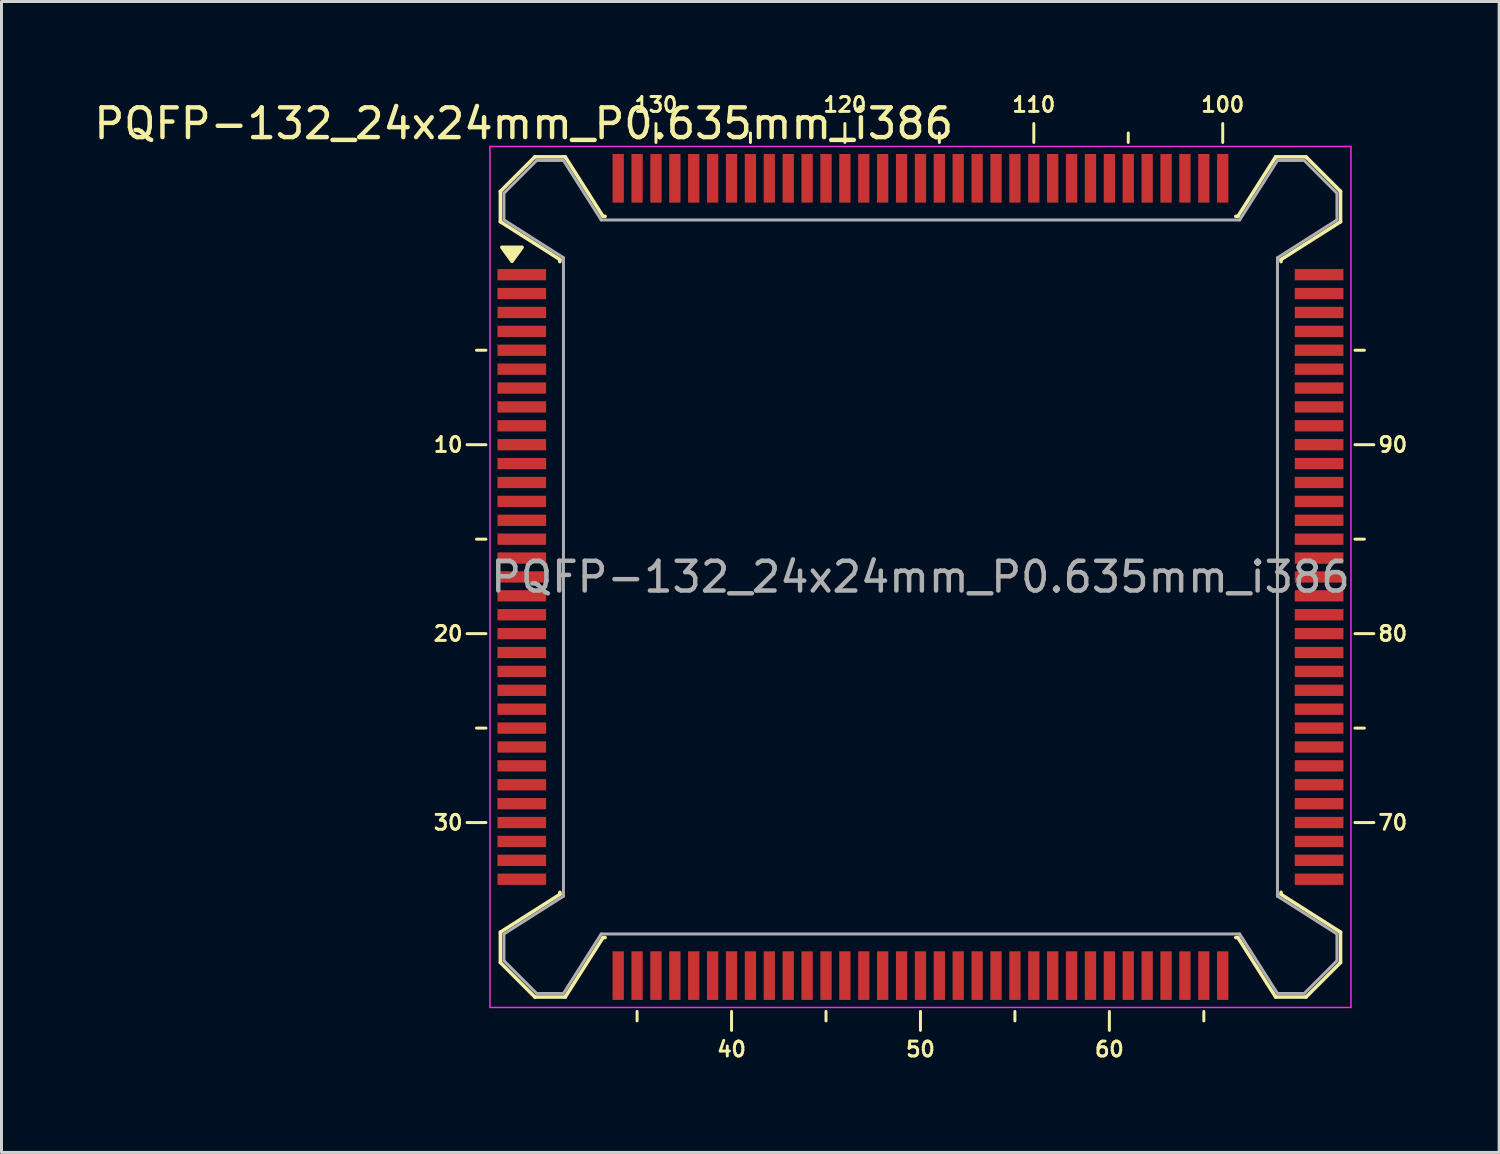
<source format=kicad_pcb>
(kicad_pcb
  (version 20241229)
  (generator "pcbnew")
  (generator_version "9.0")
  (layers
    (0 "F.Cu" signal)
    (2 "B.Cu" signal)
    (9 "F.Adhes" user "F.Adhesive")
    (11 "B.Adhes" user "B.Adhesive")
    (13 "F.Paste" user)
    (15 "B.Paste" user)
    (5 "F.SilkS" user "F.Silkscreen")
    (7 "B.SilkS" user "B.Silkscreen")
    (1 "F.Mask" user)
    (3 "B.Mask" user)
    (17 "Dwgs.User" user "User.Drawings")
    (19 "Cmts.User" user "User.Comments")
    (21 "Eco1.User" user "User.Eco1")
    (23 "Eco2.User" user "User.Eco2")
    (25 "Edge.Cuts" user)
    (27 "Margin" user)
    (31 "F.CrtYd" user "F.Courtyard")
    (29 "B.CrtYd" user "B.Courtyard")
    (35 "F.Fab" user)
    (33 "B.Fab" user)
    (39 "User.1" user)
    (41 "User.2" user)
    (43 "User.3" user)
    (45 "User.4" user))
  (footprint "PQFP-132_24x24mm_P0.635mm_i386"
    (layer "F.Cu")
    (at 27.889 16.343)
    (property "Reference" "PQFP-132_24x24mm_P0.635mm_i386" (at -13.335 -15.24 0) (layer "F.SilkS") (effects (font (size 1 1) (thickness 0.15))))
    (attr smd)
    (fp_line (start -14.605 -7.62) (end -14.922 -7.62) (stroke (width 0.1) (type default)) (layer "F.SilkS"))
    (fp_line (start -14.605 -4.445) (end -15.24 -4.445) (stroke (width 0.1) (type default)) (layer "F.SilkS"))
    (fp_line (start -14.605 -1.27) (end -14.922 -1.27) (stroke (width 0.1) (type default)) (layer "F.SilkS"))
    (fp_line (start -14.605 1.905) (end -15.24 1.905) (stroke (width 0.1) (type default)) (layer "F.SilkS"))
    (fp_line (start -14.605 5.08) (end -14.922 5.08) (stroke (width 0.1) (type default)) (layer "F.SilkS"))
    (fp_line (start -14.605 8.255) (end -15.24 8.255) (stroke (width 0.1) (type default)) (layer "F.SilkS"))
    (fp_line (start -14.12 -12.96) (end -12.96 -14.12) (stroke (width 0.12) (type solid)) (layer "F.SilkS"))
    (fp_line (start -14.12 -11.94) (end -14.12 -12.96) (stroke (width 0.12) (type solid)) (layer "F.SilkS"))
    (fp_line (start -14.12 -11.94) (end -12.12 -10.67) (stroke (width 0.12) (type solid)) (layer "F.SilkS"))
    (fp_line (start -14.12 11.94) (end -14.12 12.96) (stroke (width 0.12) (type solid)) (layer "F.SilkS"))
    (fp_line (start -14.12 11.94) (end -12.12 10.67) (stroke (width 0.12) (type solid)) (layer "F.SilkS"))
    (fp_line (start -14.12 12.96) (end -12.96 14.12) (stroke (width 0.12) (type solid)) (layer "F.SilkS"))
    (fp_line (start -12.12 -10.67) (end -12.12 -10.6) (stroke (width 0.12) (type solid)) (layer "F.SilkS"))
    (fp_line (start -12.12 10.67) (end -12.12 10.6) (stroke (width 0.12) (type solid)) (layer "F.SilkS"))
    (fp_line (start -11.94 -14.12) (end -12.96 -14.12) (stroke (width 0.12) (type solid)) (layer "F.SilkS"))
    (fp_line (start -11.94 14.12) (end -12.96 14.12) (stroke (width 0.12) (type solid)) (layer "F.SilkS"))
    (fp_line (start -10.67 -12.12) (end -11.94 -14.12) (stroke (width 0.12) (type solid)) (layer "F.SilkS"))
    (fp_line (start -10.67 12.12) (end -11.94 14.12) (stroke (width 0.12) (type solid)) (layer "F.SilkS"))
    (fp_line (start -10.6 -12.12) (end -10.67 -12.12) (stroke (width 0.12) (type solid)) (layer "F.SilkS"))
    (fp_line (start -10.6 12.12) (end -10.67 12.12) (stroke (width 0.12) (type solid)) (layer "F.SilkS"))
    (fp_line (start -9.525 14.605) (end -9.525 14.922) (stroke (width 0.1) (type default)) (layer "F.SilkS"))
    (fp_line (start -8.89 -14.605) (end -8.89 -15.24) (stroke (width 0.1) (type default)) (layer "F.SilkS"))
    (fp_line (start -6.35 14.605) (end -6.35 15.24) (stroke (width 0.1) (type default)) (layer "F.SilkS"))
    (fp_line (start -5.715 -14.605) (end -5.715 -14.922) (stroke (width 0.1) (type default)) (layer "F.SilkS"))
    (fp_line (start -3.175 14.605) (end -3.175 14.922) (stroke (width 0.1) (type default)) (layer "F.SilkS"))
    (fp_line (start -2.54 -14.605) (end -2.54 -15.24) (stroke (width 0.1) (type default)) (layer "F.SilkS"))
    (fp_line (start 0 14.605) (end 0 15.24) (stroke (width 0.1) (type default)) (layer "F.SilkS"))
    (fp_line (start 0.635 -14.605) (end 0.635 -14.922) (stroke (width 0.1) (type default)) (layer "F.SilkS"))
    (fp_line (start 3.175 14.605) (end 3.175 14.922) (stroke (width 0.1) (type default)) (layer "F.SilkS"))
    (fp_line (start 3.81 -14.605) (end 3.81 -15.24) (stroke (width 0.1) (type default)) (layer "F.SilkS"))
    (fp_line (start 6.35 14.605) (end 6.35 15.24) (stroke (width 0.1) (type default)) (layer "F.SilkS"))
    (fp_line (start 6.985 -14.605) (end 6.985 -14.922) (stroke (width 0.1) (type default)) (layer "F.SilkS"))
    (fp_line (start 9.525 14.605) (end 9.525 14.922) (stroke (width 0.1) (type default)) (layer "F.SilkS"))
    (fp_line (start 10.16 -14.605) (end 10.16 -15.24) (stroke (width 0.1) (type default)) (layer "F.SilkS"))
    (fp_line (start 10.6 -12.12) (end 10.67 -12.12) (stroke (width 0.12) (type solid)) (layer "F.SilkS"))
    (fp_line (start 10.6 12.12) (end 10.67 12.12) (stroke (width 0.12) (type solid)) (layer "F.SilkS"))
    (fp_line (start 10.67 -12.12) (end 11.94 -14.12) (stroke (width 0.12) (type solid)) (layer "F.SilkS"))
    (fp_line (start 10.67 12.12) (end 11.94 14.12) (stroke (width 0.12) (type solid)) (layer "F.SilkS"))
    (fp_line (start 11.94 -14.12) (end 12.96 -14.12) (stroke (width 0.12) (type solid)) (layer "F.SilkS"))
    (fp_line (start 11.94 14.12) (end 12.96 14.12) (stroke (width 0.12) (type solid)) (layer "F.SilkS"))
    (fp_line (start 12.12 -10.67) (end 12.12 -10.6) (stroke (width 0.12) (type solid)) (layer "F.SilkS"))
    (fp_line (start 12.12 10.67) (end 12.12 10.6) (stroke (width 0.12) (type solid)) (layer "F.SilkS"))
    (fp_line (start 14.12 -12.96) (end 12.96 -14.12) (stroke (width 0.12) (type solid)) (layer "F.SilkS"))
    (fp_line (start 14.12 -11.94) (end 12.12 -10.67) (stroke (width 0.12) (type solid)) (layer "F.SilkS"))
    (fp_line (start 14.12 -11.94) (end 14.12 -12.96) (stroke (width 0.12) (type solid)) (layer "F.SilkS"))
    (fp_line (start 14.12 11.94) (end 12.12 10.67) (stroke (width 0.12) (type solid)) (layer "F.SilkS"))
    (fp_line (start 14.12 11.94) (end 14.12 12.96) (stroke (width 0.12) (type solid)) (layer "F.SilkS"))
    (fp_line (start 14.12 12.96) (end 12.96 14.12) (stroke (width 0.12) (type solid)) (layer "F.SilkS"))
    (fp_line (start 14.605 -7.62) (end 14.922 -7.62) (stroke (width 0.1) (type default)) (layer "F.SilkS"))
    (fp_line (start 14.605 -4.445) (end 15.24 -4.445) (stroke (width 0.1) (type default)) (layer "F.SilkS"))
    (fp_line (start 14.605 -1.27) (end 14.922 -1.27) (stroke (width 0.1) (type default)) (layer "F.SilkS"))
    (fp_line (start 14.605 1.905) (end 15.24 1.905) (stroke (width 0.1) (type default)) (layer "F.SilkS"))
    (fp_line (start 14.605 5.08) (end 14.922 5.08) (stroke (width 0.1) (type default)) (layer "F.SilkS"))
    (fp_line (start 14.605 8.255) (end 15.24 8.255) (stroke (width 0.1) (type default)) (layer "F.SilkS"))
    (fp_poly (pts (xy -13.73 -10.61) (xy -14.07 -11.08) (xy -13.39 -11.08) (xy -13.73 -10.61)) (stroke (width 0.12) (type solid)) (fill yes) (layer "F.SilkS"))
    (fp_line (start -14.47 -14.47) (end -14.47 14.47) (stroke (width 0.05) (type solid)) (layer "F.CrtYd"))
    (fp_line (start 14.47 -14.47) (end -14.47 -14.47) (stroke (width 0.05) (type solid)) (layer "F.CrtYd"))
    (fp_line (start 14.47 -14.47) (end 14.47 14.47) (stroke (width 0.05) (type solid)) (layer "F.CrtYd"))
    (fp_line (start 14.47 14.47) (end -14.47 14.47) (stroke (width 0.05) (type solid)) (layer "F.CrtYd"))
    (fp_line (start -14 -12.9) (end -12.9 -14) (stroke (width 0.1) (type solid)) (layer "F.Fab"))
    (fp_line (start -14 -12) (end -14 -12.9) (stroke (width 0.1) (type solid)) (layer "F.Fab"))
    (fp_line (start -14 -12) (end -12 -10.73) (stroke (width 0.1) (type solid)) (layer "F.Fab"))
    (fp_line (start -14 12) (end -14 12.9) (stroke (width 0.1) (type solid)) (layer "F.Fab"))
    (fp_line (start -14 12) (end -12 10.73) (stroke (width 0.1) (type solid)) (layer "F.Fab"))
    (fp_line (start -14 12.9) (end -12.9 14) (stroke (width 0.1) (type solid)) (layer "F.Fab"))
    (fp_line (start -12.9 -14) (end -12 -14) (stroke (width 0.1) (type solid)) (layer "F.Fab"))
    (fp_line (start -12.9 14) (end -12 14) (stroke (width 0.1) (type solid)) (layer "F.Fab"))
    (fp_line (start -12 -14) (end -10.73 -12) (stroke (width 0.1) (type solid)) (layer "F.Fab"))
    (fp_line (start -12 10.73) (end -12 -10.73) (stroke (width 0.1) (type solid)) (layer "F.Fab"))
    (fp_line (start -12 14) (end -10.73 12) (stroke (width 0.1) (type solid)) (layer "F.Fab"))
    (fp_line (start -10.73 -12) (end 10.73 -12) (stroke (width 0.1) (type solid)) (layer "F.Fab"))
    (fp_line (start 10.73 12) (end -10.73 12) (stroke (width 0.1) (type solid)) (layer "F.Fab"))
    (fp_line (start 12 -14) (end 10.73 -12) (stroke (width 0.1) (type solid)) (layer "F.Fab"))
    (fp_line (start 12 -10.73) (end 12 10.73) (stroke (width 0.1) (type solid)) (layer "F.Fab"))
    (fp_line (start 12 14) (end 10.73 12) (stroke (width 0.1) (type solid)) (layer "F.Fab"))
    (fp_line (start 12.9 -14) (end 12 -14) (stroke (width 0.1) (type solid)) (layer "F.Fab"))
    (fp_line (start 12.9 14) (end 12 14) (stroke (width 0.1) (type solid)) (layer "F.Fab"))
    (fp_line (start 14 -12.9) (end 12.9 -14) (stroke (width 0.1) (type solid)) (layer "F.Fab"))
    (fp_line (start 14 -12) (end 12 -10.73) (stroke (width 0.1) (type solid)) (layer "F.Fab"))
    (fp_line (start 14 -12) (end 14 -12.9) (stroke (width 0.1) (type solid)) (layer "F.Fab"))
    (fp_line (start 14 12) (end 12 10.73) (stroke (width 0.1) (type solid)) (layer "F.Fab"))
    (fp_line (start 14 12) (end 14 12.9) (stroke (width 0.1) (type solid)) (layer "F.Fab"))
    (fp_line (start 14 12.9) (end 12.9 14) (stroke (width 0.1) (type solid)) (layer "F.Fab"))
    (fp_text user "20" (at -15.875 1.905 0) (unlocked yes) (layer "F.SilkS") (effects (font (size 0.5 0.5) (thickness 0.1))))
    (fp_text user "100" (at 10.16 -15.875 0) (unlocked yes) (layer "F.SilkS") (effects (font (size 0.5 0.5) (thickness 0.1))))
    (fp_text user "30" (at -15.875 8.255 0) (unlocked yes) (layer "F.SilkS") (effects (font (size 0.5 0.5) (thickness 0.1))))
    (fp_text user "90" (at 15.875 -4.445 0) (unlocked yes) (layer "F.SilkS") (effects (font (size 0.5 0.5) (thickness 0.1))))
    (fp_text user "80" (at 15.875 1.905 0) (unlocked yes) (layer "F.SilkS") (effects (font (size 0.5 0.5) (thickness 0.1))))
    (fp_text user "10" (at -15.875 -4.445 0) (unlocked yes) (layer "F.SilkS") (effects (font (size 0.5 0.5) (thickness 0.1))))
    (fp_text user "60" (at 6.35 15.875 0) (unlocked yes) (layer "F.SilkS") (effects (font (size 0.5 0.5) (thickness 0.1))))
    (fp_text user "130" (at -8.89 -15.875 0) (unlocked yes) (layer "F.SilkS") (effects (font (size 0.5 0.5) (thickness 0.1))))
    (fp_text user "120" (at -2.54 -15.875 0) (unlocked yes) (layer "F.SilkS") (effects (font (size 0.5 0.5) (thickness 0.1))))
    (fp_text user "50" (at 0 15.875 0) (unlocked yes) (layer "F.SilkS") (effects (font (size 0.5 0.5) (thickness 0.1))))
    (fp_text user "40" (at -6.35 15.875 0) (unlocked yes) (layer "F.SilkS") (effects (font (size 0.5 0.5) (thickness 0.1))))
    (fp_text user "110" (at 3.81 -15.875 0) (unlocked yes) (layer "F.SilkS") (effects (font (size 0.5 0.5) (thickness 0.1))))
    (fp_text user "70" (at 15.875 8.255 0) (unlocked yes) (layer "F.SilkS") (effects (font (size 0.5 0.5) (thickness 0.1))))
    (fp_text user "${REFERENCE}" (at 0 0 0) (layer "F.Fab") (effects (font (size 1 1) (thickness 0.15))))
    (pad "1" smd rect (at -13.4 -10.16) (size 1.635 0.38) (layers "F.Cu" "F.Mask" "F.Paste"))
    (pad "2" smd rect (at -13.4 -9.525) (size 1.635 0.38) (layers "F.Cu" "F.Mask" "F.Paste"))
    (pad "3" smd rect (at -13.4 -8.89) (size 1.635 0.38) (layers "F.Cu" "F.Mask" "F.Paste"))
    (pad "4" smd rect (at -13.4 -8.255) (size 1.635 0.38) (layers "F.Cu" "F.Mask" "F.Paste"))
    (pad "5" smd rect (at -13.4 -7.62) (size 1.635 0.38) (layers "F.Cu" "F.Mask" "F.Paste"))
    (pad "6" smd rect (at -13.4 -6.985) (size 1.635 0.38) (layers "F.Cu" "F.Mask" "F.Paste"))
    (pad "7" smd rect (at -13.4 -6.35) (size 1.635 0.38) (layers "F.Cu" "F.Mask" "F.Paste"))
    (pad "8" smd rect (at -13.4 -5.715) (size 1.635 0.38) (layers "F.Cu" "F.Mask" "F.Paste"))
    (pad "9" smd rect (at -13.4 -5.08) (size 1.635 0.38) (layers "F.Cu" "F.Mask" "F.Paste"))
    (pad "10" smd rect (at -13.4 -4.445) (size 1.635 0.38) (layers "F.Cu" "F.Mask" "F.Paste"))
    (pad "11" smd rect (at -13.4 -3.81) (size 1.635 0.38) (layers "F.Cu" "F.Mask" "F.Paste"))
    (pad "12" smd rect (at -13.4 -3.175) (size 1.635 0.38) (layers "F.Cu" "F.Mask" "F.Paste"))
    (pad "13" smd rect (at -13.4 -2.54) (size 1.635 0.38) (layers "F.Cu" "F.Mask" "F.Paste"))
    (pad "14" smd rect (at -13.4 -1.905) (size 1.635 0.38) (layers "F.Cu" "F.Mask" "F.Paste"))
    (pad "15" smd rect (at -13.4 -1.27) (size 1.635 0.38) (layers "F.Cu" "F.Mask" "F.Paste"))
    (pad "16" smd rect (at -13.4 -0.635) (size 1.635 0.38) (layers "F.Cu" "F.Mask" "F.Paste"))
    (pad "17" smd rect (at -13.4 0) (size 1.635 0.38) (layers "F.Cu" "F.Mask" "F.Paste"))
    (pad "18" smd rect (at -13.4 0.635) (size 1.635 0.38) (layers "F.Cu" "F.Mask" "F.Paste"))
    (pad "19" smd rect (at -13.4 1.27) (size 1.635 0.38) (layers "F.Cu" "F.Mask" "F.Paste"))
    (pad "20" smd rect (at -13.4 1.905) (size 1.635 0.38) (layers "F.Cu" "F.Mask" "F.Paste"))
    (pad "21" smd rect (at -13.4 2.54) (size 1.635 0.38) (layers "F.Cu" "F.Mask" "F.Paste"))
    (pad "22" smd rect (at -13.4 3.175) (size 1.635 0.38) (layers "F.Cu" "F.Mask" "F.Paste"))
    (pad "23" smd rect (at -13.4 3.81) (size 1.635 0.38) (layers "F.Cu" "F.Mask" "F.Paste"))
    (pad "24" smd rect (at -13.4 4.445) (size 1.635 0.38) (layers "F.Cu" "F.Mask" "F.Paste"))
    (pad "25" smd rect (at -13.4 5.08) (size 1.635 0.38) (layers "F.Cu" "F.Mask" "F.Paste"))
    (pad "26" smd rect (at -13.4 5.715) (size 1.635 0.38) (layers "F.Cu" "F.Mask" "F.Paste"))
    (pad "27" smd rect (at -13.4 6.35) (size 1.635 0.38) (layers "F.Cu" "F.Mask" "F.Paste"))
    (pad "28" smd rect (at -13.4 6.985) (size 1.635 0.38) (layers "F.Cu" "F.Mask" "F.Paste"))
    (pad "29" smd rect (at -13.4 7.62) (size 1.635 0.38) (layers "F.Cu" "F.Mask" "F.Paste"))
    (pad "30" smd rect (at -13.4 8.255) (size 1.635 0.38) (layers "F.Cu" "F.Mask" "F.Paste"))
    (pad "31" smd rect (at -13.4 8.89) (size 1.635 0.38) (layers "F.Cu" "F.Mask" "F.Paste"))
    (pad "32" smd rect (at -13.4 9.525) (size 1.635 0.38) (layers "F.Cu" "F.Mask" "F.Paste"))
    (pad "33" smd rect (at -13.4 10.16) (size 1.635 0.38) (layers "F.Cu" "F.Mask" "F.Paste"))
    (pad "34" smd rect (at -10.16 13.4) (size 0.38 1.635) (layers "F.Cu" "F.Mask" "F.Paste"))
    (pad "35" smd rect (at -9.525 13.4) (size 0.38 1.635) (layers "F.Cu" "F.Mask" "F.Paste"))
    (pad "36" smd rect (at -8.89 13.4) (size 0.38 1.635) (layers "F.Cu" "F.Mask" "F.Paste"))
    (pad "37" smd rect (at -8.255 13.4) (size 0.38 1.635) (layers "F.Cu" "F.Mask" "F.Paste"))
    (pad "38" smd rect (at -7.62 13.4) (size 0.38 1.635) (layers "F.Cu" "F.Mask" "F.Paste"))
    (pad "39" smd rect (at -6.985 13.4) (size 0.38 1.635) (layers "F.Cu" "F.Mask" "F.Paste"))
    (pad "40" smd rect (at -6.35 13.4) (size 0.38 1.635) (layers "F.Cu" "F.Mask" "F.Paste"))
    (pad "41" smd rect (at -5.715 13.4) (size 0.38 1.635) (layers "F.Cu" "F.Mask" "F.Paste"))
    (pad "42" smd rect (at -5.08 13.4) (size 0.38 1.635) (layers "F.Cu" "F.Mask" "F.Paste"))
    (pad "43" smd rect (at -4.445 13.4) (size 0.38 1.635) (layers "F.Cu" "F.Mask" "F.Paste"))
    (pad "44" smd rect (at -3.81 13.4) (size 0.38 1.635) (layers "F.Cu" "F.Mask" "F.Paste"))
    (pad "45" smd rect (at -3.175 13.4) (size 0.38 1.635) (layers "F.Cu" "F.Mask" "F.Paste"))
    (pad "46" smd rect (at -2.54 13.4) (size 0.38 1.635) (layers "F.Cu" "F.Mask" "F.Paste"))
    (pad "47" smd rect (at -1.905 13.4) (size 0.38 1.635) (layers "F.Cu" "F.Mask" "F.Paste"))
    (pad "48" smd rect (at -1.27 13.4) (size 0.38 1.635) (layers "F.Cu" "F.Mask" "F.Paste"))
    (pad "49" smd rect (at -0.635 13.4) (size 0.38 1.635) (layers "F.Cu" "F.Mask" "F.Paste"))
    (pad "50" smd rect (at 0 13.4) (size 0.38 1.635) (layers "F.Cu" "F.Mask" "F.Paste"))
    (pad "51" smd rect (at 0.635 13.4) (size 0.38 1.635) (layers "F.Cu" "F.Mask" "F.Paste"))
    (pad "52" smd rect (at 1.27 13.4) (size 0.38 1.635) (layers "F.Cu" "F.Mask" "F.Paste"))
    (pad "53" smd rect (at 1.905 13.4) (size 0.38 1.635) (layers "F.Cu" "F.Mask" "F.Paste"))
    (pad "54" smd rect (at 2.54 13.4) (size 0.38 1.635) (layers "F.Cu" "F.Mask" "F.Paste"))
    (pad "55" smd rect (at 3.175 13.4) (size 0.38 1.635) (layers "F.Cu" "F.Mask" "F.Paste"))
    (pad "56" smd rect (at 3.81 13.4) (size 0.38 1.635) (layers "F.Cu" "F.Mask" "F.Paste"))
    (pad "57" smd rect (at 4.445 13.4) (size 0.38 1.635) (layers "F.Cu" "F.Mask" "F.Paste"))
    (pad "58" smd rect (at 5.08 13.4) (size 0.38 1.635) (layers "F.Cu" "F.Mask" "F.Paste"))
    (pad "59" smd rect (at 5.715 13.4) (size 0.38 1.635) (layers "F.Cu" "F.Mask" "F.Paste"))
    (pad "60" smd rect (at 6.35 13.4) (size 0.38 1.635) (layers "F.Cu" "F.Mask" "F.Paste"))
    (pad "61" smd rect (at 6.985 13.4) (size 0.38 1.635) (layers "F.Cu" "F.Mask" "F.Paste"))
    (pad "62" smd rect (at 7.62 13.4) (size 0.38 1.635) (layers "F.Cu" "F.Mask" "F.Paste"))
    (pad "63" smd rect (at 8.255 13.4) (size 0.38 1.635) (layers "F.Cu" "F.Mask" "F.Paste"))
    (pad "64" smd rect (at 8.89 13.4) (size 0.38 1.635) (layers "F.Cu" "F.Mask" "F.Paste"))
    (pad "65" smd rect (at 9.525 13.4) (size 0.38 1.635) (layers "F.Cu" "F.Mask" "F.Paste"))
    (pad "66" smd rect (at 10.16 13.4) (size 0.38 1.635) (layers "F.Cu" "F.Mask" "F.Paste"))
    (pad "67" smd rect (at 13.4 10.16) (size 1.635 0.38) (layers "F.Cu" "F.Mask" "F.Paste"))
    (pad "68" smd rect (at 13.4 9.525) (size 1.635 0.38) (layers "F.Cu" "F.Mask" "F.Paste"))
    (pad "69" smd rect (at 13.4 8.89) (size 1.635 0.38) (layers "F.Cu" "F.Mask" "F.Paste"))
    (pad "70" smd rect (at 13.4 8.255) (size 1.635 0.38) (layers "F.Cu" "F.Mask" "F.Paste"))
    (pad "71" smd rect (at 13.4 7.62) (size 1.635 0.38) (layers "F.Cu" "F.Mask" "F.Paste"))
    (pad "72" smd rect (at 13.4 6.985) (size 1.635 0.38) (layers "F.Cu" "F.Mask" "F.Paste"))
    (pad "73" smd rect (at 13.4 6.35) (size 1.635 0.38) (layers "F.Cu" "F.Mask" "F.Paste"))
    (pad "74" smd rect (at 13.4 5.715) (size 1.635 0.38) (layers "F.Cu" "F.Mask" "F.Paste"))
    (pad "75" smd rect (at 13.4 5.08) (size 1.635 0.38) (layers "F.Cu" "F.Mask" "F.Paste"))
    (pad "76" smd rect (at 13.4 4.445) (size 1.635 0.38) (layers "F.Cu" "F.Mask" "F.Paste"))
    (pad "77" smd rect (at 13.4 3.81) (size 1.635 0.38) (layers "F.Cu" "F.Mask" "F.Paste"))
    (pad "78" smd rect (at 13.4 3.175) (size 1.635 0.38) (layers "F.Cu" "F.Mask" "F.Paste"))
    (pad "79" smd rect (at 13.4 2.54) (size 1.635 0.38) (layers "F.Cu" "F.Mask" "F.Paste"))
    (pad "80" smd rect (at 13.4 1.905) (size 1.635 0.38) (layers "F.Cu" "F.Mask" "F.Paste"))
    (pad "81" smd rect (at 13.4 1.27) (size 1.635 0.38) (layers "F.Cu" "F.Mask" "F.Paste"))
    (pad "82" smd rect (at 13.4 0.635) (size 1.635 0.38) (layers "F.Cu" "F.Mask" "F.Paste"))
    (pad "83" smd rect (at 13.4 0) (size 1.635 0.38) (layers "F.Cu" "F.Mask" "F.Paste"))
    (pad "84" smd rect (at 13.4 -0.635) (size 1.635 0.38) (layers "F.Cu" "F.Mask" "F.Paste"))
    (pad "85" smd rect (at 13.4 -1.27) (size 1.635 0.38) (layers "F.Cu" "F.Mask" "F.Paste"))
    (pad "86" smd rect (at 13.4 -1.905) (size 1.635 0.38) (layers "F.Cu" "F.Mask" "F.Paste"))
    (pad "87" smd rect (at 13.4 -2.54) (size 1.635 0.38) (layers "F.Cu" "F.Mask" "F.Paste"))
    (pad "88" smd rect (at 13.4 -3.175) (size 1.635 0.38) (layers "F.Cu" "F.Mask" "F.Paste"))
    (pad "89" smd rect (at 13.4 -3.81) (size 1.635 0.38) (layers "F.Cu" "F.Mask" "F.Paste"))
    (pad "90" smd rect (at 13.4 -4.445) (size 1.635 0.38) (layers "F.Cu" "F.Mask" "F.Paste"))
    (pad "91" smd rect (at 13.4 -5.08) (size 1.635 0.38) (layers "F.Cu" "F.Mask" "F.Paste"))
    (pad "92" smd rect (at 13.4 -5.715) (size 1.635 0.38) (layers "F.Cu" "F.Mask" "F.Paste"))
    (pad "93" smd rect (at 13.4 -6.35) (size 1.635 0.38) (layers "F.Cu" "F.Mask" "F.Paste"))
    (pad "94" smd rect (at 13.4 -6.985) (size 1.635 0.38) (layers "F.Cu" "F.Mask" "F.Paste"))
    (pad "95" smd rect (at 13.4 -7.62) (size 1.635 0.38) (layers "F.Cu" "F.Mask" "F.Paste"))
    (pad "96" smd rect (at 13.4 -8.255) (size 1.635 0.38) (layers "F.Cu" "F.Mask" "F.Paste"))
    (pad "97" smd rect (at 13.4 -8.89) (size 1.635 0.38) (layers "F.Cu" "F.Mask" "F.Paste"))
    (pad "98" smd rect (at 13.4 -9.525) (size 1.635 0.38) (layers "F.Cu" "F.Mask" "F.Paste"))
    (pad "99" smd rect (at 13.4 -10.16) (size 1.635 0.38) (layers "F.Cu" "F.Mask" "F.Paste"))
    (pad "100" smd rect (at 10.16 -13.4) (size 0.38 1.635) (layers "F.Cu" "F.Mask" "F.Paste"))
    (pad "101" smd rect (at 9.525 -13.4) (size 0.38 1.635) (layers "F.Cu" "F.Mask" "F.Paste"))
    (pad "102" smd rect (at 8.89 -13.4) (size 0.38 1.635) (layers "F.Cu" "F.Mask" "F.Paste"))
    (pad "103" smd rect (at 8.255 -13.4) (size 0.38 1.635) (layers "F.Cu" "F.Mask" "F.Paste"))
    (pad "104" smd rect (at 7.62 -13.4) (size 0.38 1.635) (layers "F.Cu" "F.Mask" "F.Paste"))
    (pad "105" smd rect (at 6.985 -13.4) (size 0.38 1.635) (layers "F.Cu" "F.Mask" "F.Paste"))
    (pad "106" smd rect (at 6.35 -13.4) (size 0.38 1.635) (layers "F.Cu" "F.Mask" "F.Paste"))
    (pad "107" smd rect (at 5.715 -13.4) (size 0.38 1.635) (layers "F.Cu" "F.Mask" "F.Paste"))
    (pad "108" smd rect (at 5.08 -13.4) (size 0.38 1.635) (layers "F.Cu" "F.Mask" "F.Paste"))
    (pad "109" smd rect (at 4.445 -13.4) (size 0.38 1.635) (layers "F.Cu" "F.Mask" "F.Paste"))
    (pad "110" smd rect (at 3.81 -13.4) (size 0.38 1.635) (layers "F.Cu" "F.Mask" "F.Paste"))
    (pad "111" smd rect (at 3.175 -13.4) (size 0.38 1.635) (layers "F.Cu" "F.Mask" "F.Paste"))
    (pad "112" smd rect (at 2.54 -13.4) (size 0.38 1.635) (layers "F.Cu" "F.Mask" "F.Paste"))
    (pad "113" smd rect (at 1.905 -13.4) (size 0.38 1.635) (layers "F.Cu" "F.Mask" "F.Paste"))
    (pad "114" smd rect (at 1.27 -13.4) (size 0.38 1.635) (layers "F.Cu" "F.Mask" "F.Paste"))
    (pad "115" smd rect (at 0.635 -13.4) (size 0.38 1.635) (layers "F.Cu" "F.Mask" "F.Paste"))
    (pad "116" smd rect (at 0 -13.4) (size 0.38 1.635) (layers "F.Cu" "F.Mask" "F.Paste"))
    (pad "117" smd rect (at -0.635 -13.4) (size 0.38 1.635) (layers "F.Cu" "F.Mask" "F.Paste"))
    (pad "118" smd rect (at -1.27 -13.4) (size 0.38 1.635) (layers "F.Cu" "F.Mask" "F.Paste"))
    (pad "119" smd rect (at -1.905 -13.4) (size 0.38 1.635) (layers "F.Cu" "F.Mask" "F.Paste"))
    (pad "120" smd rect (at -2.54 -13.4) (size 0.38 1.635) (layers "F.Cu" "F.Mask" "F.Paste"))
    (pad "121" smd rect (at -3.175 -13.4) (size 0.38 1.635) (layers "F.Cu" "F.Mask" "F.Paste"))
    (pad "122" smd rect (at -3.81 -13.4) (size 0.38 1.635) (layers "F.Cu" "F.Mask" "F.Paste"))
    (pad "123" smd rect (at -4.445 -13.4) (size 0.38 1.635) (layers "F.Cu" "F.Mask" "F.Paste"))
    (pad "124" smd rect (at -5.08 -13.4) (size 0.38 1.635) (layers "F.Cu" "F.Mask" "F.Paste"))
    (pad "125" smd rect (at -5.715 -13.4) (size 0.38 1.635) (layers "F.Cu" "F.Mask" "F.Paste"))
    (pad "126" smd rect (at -6.35 -13.4) (size 0.38 1.635) (layers "F.Cu" "F.Mask" "F.Paste"))
    (pad "127" smd rect (at -6.985 -13.4) (size 0.38 1.635) (layers "F.Cu" "F.Mask" "F.Paste"))
    (pad "128" smd rect (at -7.62 -13.4) (size 0.38 1.635) (layers "F.Cu" "F.Mask" "F.Paste"))
    (pad "129" smd rect (at -8.255 -13.4) (size 0.38 1.635) (layers "F.Cu" "F.Mask" "F.Paste"))
    (pad "130" smd rect (at -8.89 -13.4) (size 0.38 1.635) (layers "F.Cu" "F.Mask" "F.Paste"))
    (pad "131" smd rect (at -9.525 -13.4) (size 0.38 1.635) (layers "F.Cu" "F.Mask" "F.Paste"))
    (pad "132" smd rect (at -10.16 -13.4) (size 0.38 1.635) (layers "F.Cu" "F.Mask" "F.Paste")))
  (gr_rect
    (start -3 -3)
    (end 47.34 35.686)
    (stroke (width 0.1) (type default))
    (fill no)
    (layer "Edge.Cuts")))
</source>
